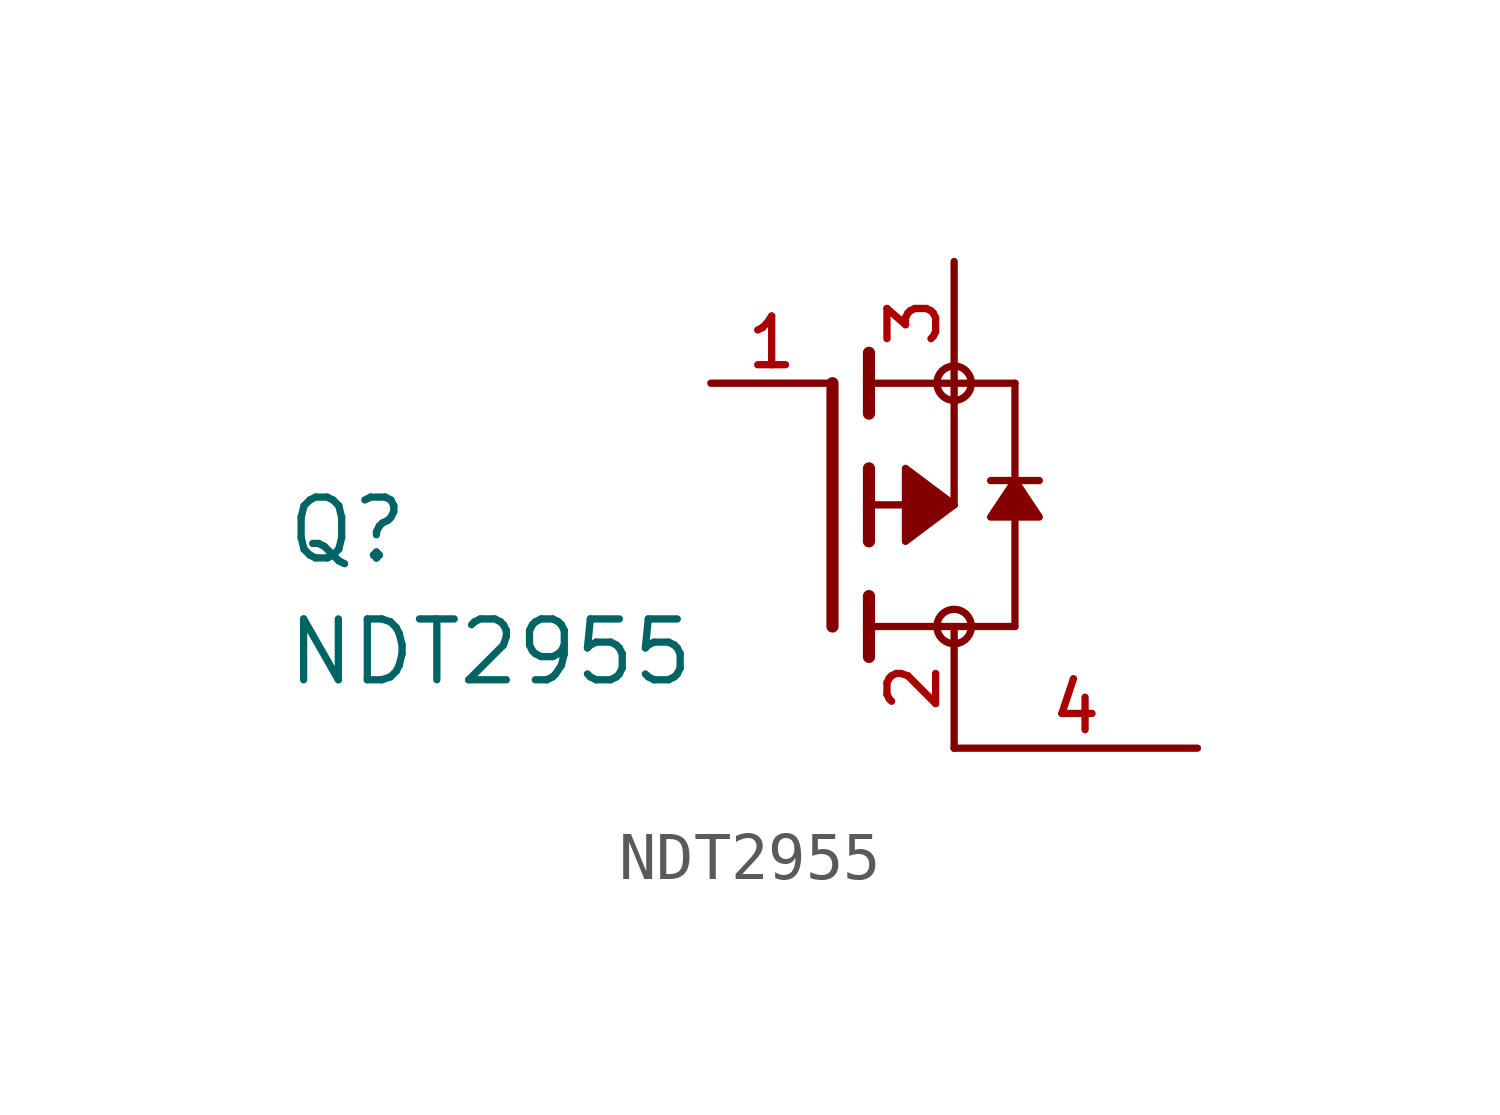
<source format=kicad_sym>
(kicad_symbol_lib
  (version 20211014)
  (generator kicad_symbol_editor)
  (symbol "NDT2955"
    (pin_names
      (offset 1.016))
    (property "Reference" "Q"
      (at -11.436 -1.271 0)
      (effects (font (size 1.27 1.27)) (justify bottom left)))
    (property "Value" "NDT2955"
      (at -11.445 -3.815 0)
      (effects (font (size 1.27 1.27)) (justify bottom left)))
    (symbol "NDT2955_0_0"
      (polyline (pts (xy 0.762 -0.762) (xy 0.762 0.0)) (stroke (width 0.254)))
      (polyline (pts (xy 0.762 0.0) (xy 0.762 0.762)) (stroke (width 0.254)))
      (polyline (pts (xy 0.762 -3.175) (xy 0.762 -2.54)) (stroke (width 0.254)))
      (polyline (pts (xy 0.762 -2.54) (xy 0.762 -1.905)) (stroke (width 0.254)))
      (polyline (pts (xy 0.762 0.0) (xy 2.54 0.0)) (stroke (width 0.152)))
      (polyline (pts (xy 2.54 0.0) (xy 2.54 2.54)) (stroke (width 0.152)))
      (polyline (pts (xy 0.762 1.905) (xy 0.762 2.54)) (stroke (width 0.254)))
      (polyline (pts (xy 0.762 2.54) (xy 0.762 3.175)) (stroke (width 0.254)))
      (polyline (pts (xy 0.0 -2.54) (xy 0.0 2.54)) (stroke (width 0.254)))
      (polyline (pts (xy 2.54 2.54) (xy 0.762 2.54)) (stroke (width 0.152)))
      (polyline (pts (xy 3.81 -2.54) (xy 3.81 0.508)) (stroke (width 0.152)))
      (polyline (pts (xy 3.81 0.508) (xy 3.81 2.54)) (stroke (width 0.152)))
      (polyline (pts (xy 2.54 2.54) (xy 3.81 2.54)) (stroke (width 0.152)))
      (polyline (pts (xy 0.762 -2.54) (xy 3.81 -2.54)) (stroke (width 0.152)))
      (polyline (pts (xy 3.302 0.508) (xy 3.81 0.508)) (stroke (width 0.152)))
      (polyline (pts (xy 3.81 0.508) (xy 4.318 0.508)) (stroke (width 0.152)))
      (circle (center 2.54 2.54) (radius 0.359) (stroke (width 0.0)) (fill (type none)))
      (circle (center 2.54 -2.54) (radius 0.359) (stroke (width 0.0)) (fill (type none)))
      (polyline (pts (xy 3.81 0.508) (xy 4.318 -0.254) (xy 3.302 -0.254) (xy 3.81 0.508)) (stroke (width 0.152)) (fill (type outline)))
      (polyline (pts (xy 2.54 0.0) (xy 1.524 0.762) (xy 1.524 -0.762) (xy 2.54 0.0)) (stroke (width 0.152)) (fill (type outline)))
      (pin passive line (at 2.54 5.08 270.0) (length 2.54) (name "~" (effects (font (size 1.016 1.016)))) (number "3" (effects (font (size 1.016 1.016)))))
      (pin passive line (at -2.54 2.54 0) (length 2.54) (name "~" (effects (font (size 1.016 1.016)))) (number "1" (effects (font (size 1.016 1.016)))))
      (pin passive line (at 2.54 -5.08 90.0) (length 2.54) (name "~" (effects (font (size 1.016 1.016)))) (number "2" (effects (font (size 1.016 1.016)))))
      (pin bidirectional line (at 7.62 -5.08 180.0) (length 5.08) (name "~" (effects (font (size 1.016 1.016)))) (number "4" (effects (font (size 1.016 1.016))))))))
</source>
